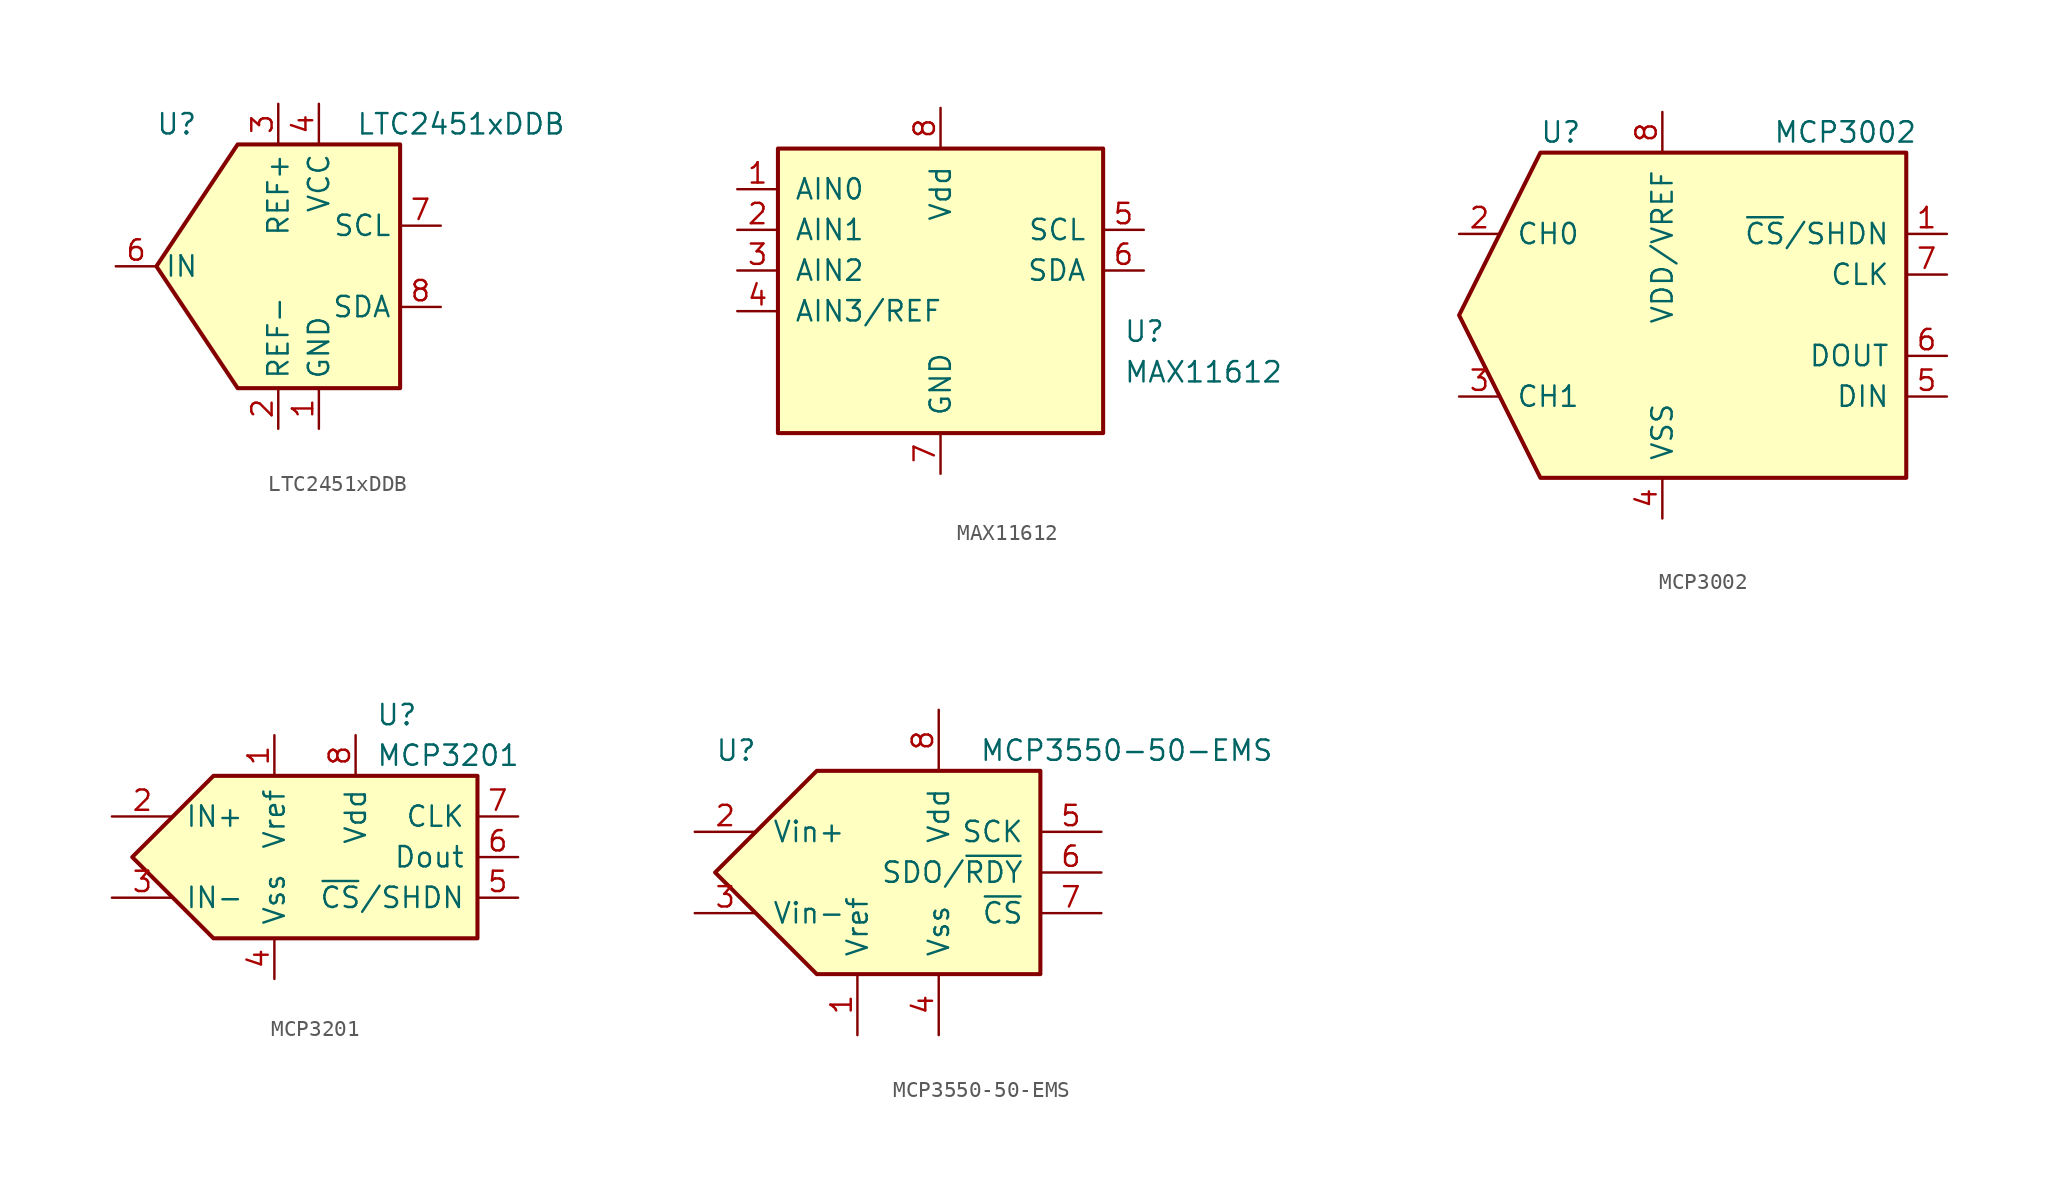
<source format=kicad_sym>
(kicad_symbol_lib
  (version 20220914)
  (generator kicad_symbol_editor)
  (symbol "LTC2451xDDB"
    (property "Reference" "U"
      (at -6.35 8.89 0)
      (effects (font (size 1.27 1.27))))
    (property "Value" "LTC2451xDDB"
      (at 11.43 8.89 0)
      (effects (font (size 1.27 1.27))))
    (symbol "LTC2451xDDB_1_1"
      (polyline (pts (xy -2.54 7.62) (xy 3.81 7.62) (xy 7.62 7.62) (xy 7.62 -7.62) (xy -2.54 -7.62) (xy -7.62 0) (xy -2.54 7.62)) (stroke (width 0.254) (type default)) (fill (type background)))
      (pin power_in line (at 2.54 -10.16 90) (length 2.54) (name "GND" (effects (font (size 1.27 1.27)))) (number "1" (effects (font (size 1.27 1.27)))))
      (pin power_in line (at 0 -10.16 90) (length 2.54) (name "REF-" (effects (font (size 1.27 1.27)))) (number "2" (effects (font (size 1.27 1.27)))))
      (pin power_in line (at 0 10.16 270) (length 2.54) (name "REF+" (effects (font (size 1.27 1.27)))) (number "3" (effects (font (size 1.27 1.27)))))
      (pin power_in line (at 2.54 10.16 270) (length 2.54) (name "VCC" (effects (font (size 1.27 1.27)))) (number "4" (effects (font (size 1.27 1.27)))))
      (pin passive line (at 2.54 -10.16 90) (length 2.54) hide (name "GND" (effects (font (size 1.27 1.27)))) (number "5" (effects (font (size 1.27 1.27)))))
      (pin input line (at -10.16 0 0) (length 2.54) (name "IN" (effects (font (size 1.27 1.27)))) (number "6" (effects (font (size 1.27 1.27)))))
      (pin input line (at 10.16 2.54 180) (length 2.54) (name "SCL" (effects (font (size 1.27 1.27)))) (number "7" (effects (font (size 1.27 1.27)))))
      (pin bidirectional line (at 10.16 -2.54 180) (length 2.54) (name "SDA" (effects (font (size 1.27 1.27)))) (number "8" (effects (font (size 1.27 1.27)))))
      (pin passive line (at 2.54 -10.16 90) (length 2.54) hide (name "GND" (effects (font (size 1.27 1.27)))) (number "9" (effects (font (size 1.27 1.27)))))))
  (symbol "MAX11612"
    (pin_names
      (offset 1.016))
    (property "Reference" "U"
      (at 11.43 -3.81 0)
      (effects (font (size 1.27 1.27)) (justify left)))
    (property "Value" "MAX11612"
      (at 11.43 -6.35 0)
      (effects (font (size 1.27 1.27)) (justify left)))
    (symbol "MAX11612_0_1"
      (rectangle (start -10.16 7.62) (end 10.16 -10.16) (stroke (width 0.254) (type default)) (fill (type background))))
    (symbol "MAX11612_1_1"
      (pin input line (at -12.7 5.08 0) (length 2.54) (name "AIN0" (effects (font (size 1.27 1.27)))) (number "1" (effects (font (size 1.27 1.27)))))
      (pin input line (at -12.7 2.54 0) (length 2.54) (name "AIN1" (effects (font (size 1.27 1.27)))) (number "2" (effects (font (size 1.27 1.27)))))
      (pin input line (at -12.7 0 0) (length 2.54) (name "AIN2" (effects (font (size 1.27 1.27)))) (number "3" (effects (font (size 1.27 1.27)))))
      (pin input line (at -12.7 -2.54 0) (length 2.54) (name "AIN3/REF" (effects (font (size 1.27 1.27)))) (number "4" (effects (font (size 1.27 1.27)))))
      (pin input line (at 12.7 2.54 180) (length 2.54) (name "SCL" (effects (font (size 1.27 1.27)))) (number "5" (effects (font (size 1.27 1.27)))))
      (pin bidirectional line (at 12.7 0 180) (length 2.54) (name "SDA" (effects (font (size 1.27 1.27)))) (number "6" (effects (font (size 1.27 1.27)))))
      (pin power_in line (at 0 -12.7 90) (length 2.54) (name "GND" (effects (font (size 1.27 1.27)))) (number "7" (effects (font (size 1.27 1.27)))))
      (pin power_in line (at 0 10.16 270) (length 2.54) (name "Vdd" (effects (font (size 1.27 1.27)))) (number "8" (effects (font (size 1.27 1.27)))))))
  (symbol "MCP3002"
    (pin_names
      (offset 1.016))
    (property "Reference" "U"
      (at -6.35 11.43 0)
      (effects (font (size 1.27 1.27))))
    (property "Value" "MCP3002"
      (at 11.43 11.43 0)
      (effects (font (size 1.27 1.27))))
    (symbol "MCP3002_0_1"
      (polyline (pts (xy 15.24 10.16) (xy -7.62 10.16) (xy -12.7 0) (xy -7.62 -10.16) (xy 15.24 -10.16) (xy 15.24 10.16)) (stroke (width 0.254) (type default)) (fill (type background))))
    (symbol "MCP3002_1_1"
      (pin input line (at 17.78 5.08 180) (length 2.54) (name "~{CS}/SHDN" (effects (font (size 1.27 1.27)))) (number "1" (effects (font (size 1.27 1.27)))))
      (pin passive line (at -12.7 5.08 0) (length 2.54) (name "CH0" (effects (font (size 1.27 1.27)))) (number "2" (effects (font (size 1.27 1.27)))))
      (pin passive line (at -12.7 -5.08 0) (length 2.54) (name "CH1" (effects (font (size 1.27 1.27)))) (number "3" (effects (font (size 1.27 1.27)))))
      (pin power_in line (at 0 -12.7 90) (length 2.54) (name "VSS" (effects (font (size 1.27 1.27)))) (number "4" (effects (font (size 1.27 1.27)))))
      (pin input line (at 17.78 -5.08 180) (length 2.54) (name "DIN" (effects (font (size 1.27 1.27)))) (number "5" (effects (font (size 1.27 1.27)))))
      (pin output line (at 17.78 -2.54 180) (length 2.54) (name "DOUT" (effects (font (size 1.27 1.27)))) (number "6" (effects (font (size 1.27 1.27)))))
      (pin input line (at 17.78 2.54 180) (length 2.54) (name "CLK" (effects (font (size 1.27 1.27)))) (number "7" (effects (font (size 1.27 1.27)))))
      (pin power_in line (at 0 12.7 270) (length 2.54) (name "VDD/VREF" (effects (font (size 1.27 1.27)))) (number "8" (effects (font (size 1.27 1.27)))))))
  (symbol "MCP3201"
    (pin_names
      (offset 0.762))
    (property "Reference" "U"
      (at 3.81 8.89 0)
      (effects (font (size 1.27 1.27)) (justify left)))
    (property "Value" "MCP3201"
      (at 3.81 6.35 0)
      (effects (font (size 1.27 1.27)) (justify left)))
    (symbol "MCP3201_0_0"
      (polyline (pts (xy -11.43 0) (xy -6.35 5.08) (xy 10.16 5.08) (xy 10.16 -5.08) (xy -6.35 -5.08) (xy -11.43 0)) (stroke (width 0.254) (type default)) (fill (type background))))
    (symbol "MCP3201_1_1"
      (pin power_in line (at -2.54 7.62 270) (length 2.54) (name "Vref" (effects (font (size 1.27 1.27)))) (number "1" (effects (font (size 1.27 1.27)))))
      (pin input line (at -12.7 2.54 0) (length 3.81) (name "IN+" (effects (font (size 1.27 1.27)))) (number "2" (effects (font (size 1.27 1.27)))))
      (pin input line (at -12.7 -2.54 0) (length 3.81) (name "IN-" (effects (font (size 1.27 1.27)))) (number "3" (effects (font (size 1.27 1.27)))))
      (pin power_in line (at -2.54 -7.62 90) (length 2.54) (name "Vss" (effects (font (size 1.27 1.27)))) (number "4" (effects (font (size 1.27 1.27)))))
      (pin input line (at 12.7 -2.54 180) (length 2.54) (name "~{CS}/SHDN" (effects (font (size 1.27 1.27)))) (number "5" (effects (font (size 1.27 1.27)))))
      (pin output line (at 12.7 0 180) (length 2.54) (name "Dout" (effects (font (size 1.27 1.27)))) (number "6" (effects (font (size 1.27 1.27)))))
      (pin input line (at 12.7 2.54 180) (length 2.54) (name "CLK" (effects (font (size 1.27 1.27)))) (number "7" (effects (font (size 1.27 1.27)))))
      (pin power_in line (at 2.54 7.62 270) (length 2.54) (name "Vdd" (effects (font (size 1.27 1.27)))) (number "8" (effects (font (size 1.27 1.27)))))))
  (symbol "MCP3550-50-EMS"
    (pin_names
      (offset 1.016))
    (property "Reference" "U"
      (at -11.43 7.62 0)
      (effects (font (size 1.27 1.27)) (justify left)))
    (property "Value" "MCP3550-50-EMS"
      (at 5.08 7.62 0)
      (effects (font (size 1.27 1.27)) (justify left)))
    (symbol "MCP3550-50-EMS_0_1"
      (polyline (pts (xy -5.08 6.35) (xy 8.89 6.35) (xy 8.89 0) (xy 8.89 -6.35) (xy -5.08 -6.35) (xy -11.43 0) (xy -5.08 6.35)) (stroke (width 0.254) (type default)) (fill (type background))))
    (symbol "MCP3550-50-EMS_1_1"
      (pin input line (at -2.54 -10.16 90) (length 3.81) (name "Vref" (effects (font (size 1.27 1.27)))) (number "1" (effects (font (size 1.27 1.27)))))
      (pin passive line (at -12.7 2.54 0) (length 3.81) (name "Vin+" (effects (font (size 1.27 1.27)))) (number "2" (effects (font (size 1.27 1.27)))))
      (pin passive line (at -12.7 -2.54 0) (length 3.81) (name "Vin-" (effects (font (size 1.27 1.27)))) (number "3" (effects (font (size 1.27 1.27)))))
      (pin power_in line (at 2.54 -10.16 90) (length 3.81) (name "Vss" (effects (font (size 1.27 1.27)))) (number "4" (effects (font (size 1.27 1.27)))))
      (pin input line (at 12.7 2.54 180) (length 3.81) (name "SCK" (effects (font (size 1.27 1.27)))) (number "5" (effects (font (size 1.27 1.27)))))
      (pin output line (at 12.7 0 180) (length 3.81) (name "SDO/~{RDY}" (effects (font (size 1.27 1.27)))) (number "6" (effects (font (size 1.27 1.27)))))
      (pin input line (at 12.7 -2.54 180) (length 3.81) (name "~{CS}" (effects (font (size 1.27 1.27)))) (number "7" (effects (font (size 1.27 1.27)))))
      (pin power_in line (at 2.54 10.16 270) (length 3.81) (name "Vdd" (effects (font (size 1.27 1.27)))) (number "8" (effects (font (size 1.27 1.27))))))))
</source>
